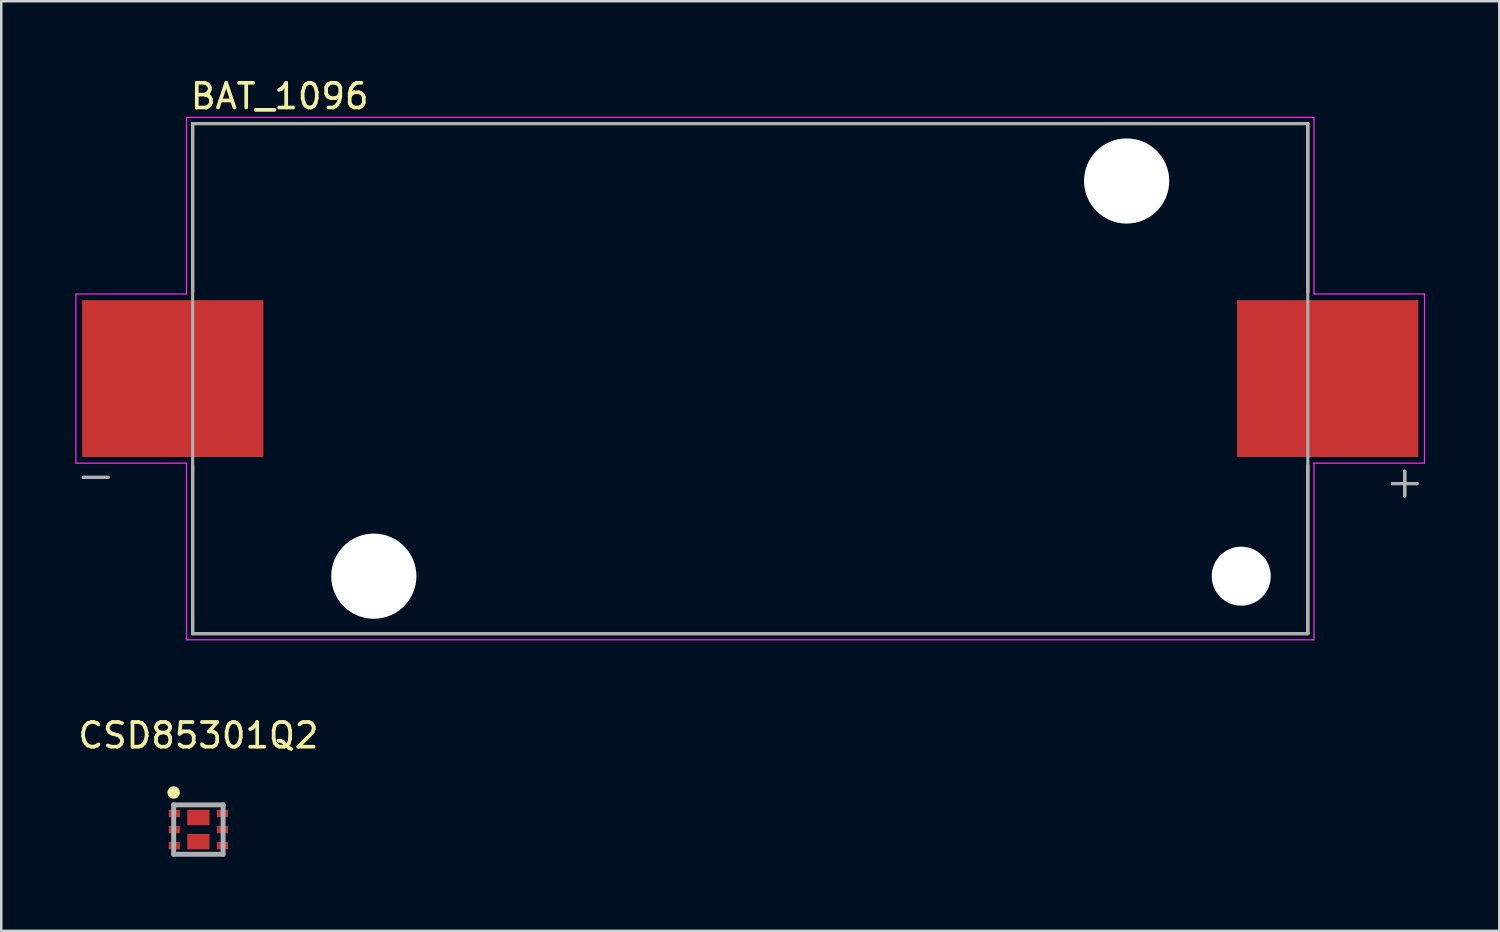
<source format=kicad_pcb>
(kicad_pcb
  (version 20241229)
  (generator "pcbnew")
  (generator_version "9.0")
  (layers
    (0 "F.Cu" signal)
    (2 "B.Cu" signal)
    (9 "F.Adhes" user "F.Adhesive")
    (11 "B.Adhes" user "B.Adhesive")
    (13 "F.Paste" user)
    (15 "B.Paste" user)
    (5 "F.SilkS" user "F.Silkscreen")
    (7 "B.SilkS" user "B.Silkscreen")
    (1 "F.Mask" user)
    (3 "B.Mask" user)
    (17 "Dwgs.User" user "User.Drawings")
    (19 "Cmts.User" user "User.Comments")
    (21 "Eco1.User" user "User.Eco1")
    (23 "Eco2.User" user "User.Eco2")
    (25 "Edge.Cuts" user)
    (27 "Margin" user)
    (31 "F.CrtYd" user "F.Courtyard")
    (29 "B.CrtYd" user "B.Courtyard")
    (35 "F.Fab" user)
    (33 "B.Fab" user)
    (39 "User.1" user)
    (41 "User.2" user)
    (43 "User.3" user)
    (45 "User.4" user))
  (footprint "CSD85301Q2"
    (layer "F.Cu")
    (at 4.982 30.537)
    (property "Reference" "CSD85301Q2" (at 0 -3.81 0) (layer "F.SilkS") (effects (font (size 1 1) (thickness 0.15))))
    (attr smd)
    (fp_line (start -1 1) (end 0.975 1) (stroke (width 0.1) (type solid)) (layer "F.SilkS"))
    (fp_line (start -0.975 -1) (end 0.975 -1) (stroke (width 0.1) (type solid)) (layer "F.SilkS"))
    (fp_circle (center -1 -1.5) (end -0.873 -1.5) (stroke (width 0.254) (type solid)) (fill no) (layer "F.SilkS"))
    (fp_line (start -1 -1) (end 1 -1) (stroke (width 0.2) (type solid)) (layer "F.Fab"))
    (fp_line (start -1 1) (end -1 -1) (stroke (width 0.2) (type solid)) (layer "F.Fab"))
    (fp_line (start 1 -1) (end 1 1) (stroke (width 0.2) (type solid)) (layer "F.Fab"))
    (fp_line (start 1 1) (end -1 1) (stroke (width 0.2) (type solid)) (layer "F.Fab"))
    (pad "1" smd rect (at -0.975 -0.65) (size 0.45 0.3) (layers "F.Cu" "F.Mask" "F.Paste"))
    (pad "2" smd rect (at -0.975 0) (size 0.45 0.3) (layers "F.Cu" "F.Mask" "F.Paste"))
    (pad "3" smd rect (at -0.975 0.65) (size 0.45 0.3) (layers "F.Cu" "F.Mask" "F.Paste"))
    (pad "4" smd rect (at 0.975 0.65) (size 0.45 0.3) (layers "F.Cu" "F.Mask" "F.Paste"))
    (pad "5" smd rect (at 0.975 0) (size 0.45 0.3) (layers "F.Cu" "F.Mask" "F.Paste"))
    (pad "6" smd rect (at 0.975 -0.65) (size 0.45 0.3) (layers "F.Cu" "F.Mask" "F.Paste"))
    (pad "7" smd rect (at 0 -0.488) (size 0.9 0.625) (layers "F.Cu" "F.Mask" "F.Paste"))
    (pad "8" smd rect (at 0 0.488) (size 0.9 0.625) (layers "F.Cu" "F.Mask" "F.Paste")))
  (footprint "BAT_1096"
    (layer "F.Cu")
    (at 27.325 12.278)
    (property "Reference" "BAT_1096" (at -19.05 -11.43 0) (layer "F.SilkS") (effects (font (size 1 1) (thickness 0.15))))
    (attr through_hole)
    (fp_line (start -27 4) (end -26 4) (stroke (width 0.127) (type solid)) (layer "F.SilkS"))
    (fp_line (start -22.575 -10.325) (end 22.575 -10.325) (stroke (width 0.127) (type solid)) (layer "F.SilkS"))
    (fp_line (start -22.575 -3.5) (end -22.575 -10.325) (stroke (width 0.127) (type solid)) (layer "F.SilkS"))
    (fp_line (start -22.575 10.325) (end -22.575 3.5) (stroke (width 0.127) (type solid)) (layer "F.SilkS"))
    (fp_line (start 22.575 -10.325) (end 22.575 -3.5) (stroke (width 0.127) (type solid)) (layer "F.SilkS"))
    (fp_line (start 22.575 3.5) (end 22.575 10.325) (stroke (width 0.127) (type solid)) (layer "F.SilkS"))
    (fp_line (start 22.575 10.325) (end -22.575 10.325) (stroke (width 0.127) (type solid)) (layer "F.SilkS"))
    (fp_line (start 26 4.25) (end 27 4.25) (stroke (width 0.127) (type solid)) (layer "F.SilkS"))
    (fp_line (start 26.5 3.75) (end 26.5 4.75) (stroke (width 0.127) (type solid)) (layer "F.SilkS"))
    (fp_line (start -27.3 -3.425) (end -22.825 -3.425) (stroke (width 0.05) (type solid)) (layer "F.CrtYd"))
    (fp_line (start -27.3 3.425) (end -27.3 -3.425) (stroke (width 0.05) (type solid)) (layer "F.CrtYd"))
    (fp_line (start -22.825 -10.575) (end 22.825 -10.575) (stroke (width 0.05) (type solid)) (layer "F.CrtYd"))
    (fp_line (start -22.825 -3.425) (end -22.825 -10.575) (stroke (width 0.05) (type solid)) (layer "F.CrtYd"))
    (fp_line (start -22.825 3.425) (end -27.3 3.425) (stroke (width 0.05) (type solid)) (layer "F.CrtYd"))
    (fp_line (start -22.825 10.575) (end -22.825 3.425) (stroke (width 0.05) (type solid)) (layer "F.CrtYd"))
    (fp_line (start 22.825 -10.575) (end 22.825 -3.425) (stroke (width 0.05) (type solid)) (layer "F.CrtYd"))
    (fp_line (start 22.825 -3.425) (end 27.3 -3.425) (stroke (width 0.05) (type solid)) (layer "F.CrtYd"))
    (fp_line (start 22.825 3.425) (end 22.825 10.575) (stroke (width 0.05) (type solid)) (layer "F.CrtYd"))
    (fp_line (start 22.825 10.575) (end -22.825 10.575) (stroke (width 0.05) (type solid)) (layer "F.CrtYd"))
    (fp_line (start 27.3 -3.425) (end 27.3 3.425) (stroke (width 0.05) (type solid)) (layer "F.CrtYd"))
    (fp_line (start 27.3 3.425) (end 22.825 3.425) (stroke (width 0.05) (type solid)) (layer "F.CrtYd"))
    (fp_line (start -27 4) (end -26 4) (stroke (width 0.127) (type solid)) (layer "F.Fab"))
    (fp_line (start -22.575 -10.325) (end 22.575 -10.325) (stroke (width 0.127) (type solid)) (layer "F.Fab"))
    (fp_line (start -22.575 10.325) (end -22.575 -10.325) (stroke (width 0.127) (type solid)) (layer "F.Fab"))
    (fp_line (start 22.575 -10.325) (end 22.575 10.325) (stroke (width 0.127) (type solid)) (layer "F.Fab"))
    (fp_line (start 22.575 10.325) (end -22.575 10.325) (stroke (width 0.127) (type solid)) (layer "F.Fab"))
    (fp_line (start 26 4.25) (end 27 4.25) (stroke (width 0.127) (type solid)) (layer "F.Fab"))
    (fp_line (start 26.5 3.75) (end 26.5 4.75) (stroke (width 0.127) (type solid)) (layer "F.Fab"))
    (pad "" np_thru_hole circle (at -15.24 8 180) (size 3.45 3.45) (drill 3.45) (layers "*.Cu" "*.Mask"))
    (pad "" np_thru_hole circle (at 15.24 -8 180) (size 3.45 3.45) (drill 3.45) (layers "*.Cu" "*.Mask"))
    (pad "" np_thru_hole circle (at 19.88 8 180) (size 2.39 2.39) (drill 2.39) (layers "*.Cu" "*.Mask"))
    (pad "N" smd rect (at -23.38 0 180) (size 7.34 6.35) (layers "F.Cu" "F.Mask" "F.Paste"))
    (pad "P" smd rect (at 23.38 0 180) (size 7.34 6.35) (layers "F.Cu" "F.Mask" "F.Paste")))
  (gr_rect
    (start -3 -3)
    (end 57.65 34.636)
    (stroke (width 0.1) (type default))
    (fill no)
    (layer "Edge.Cuts")))
</source>
